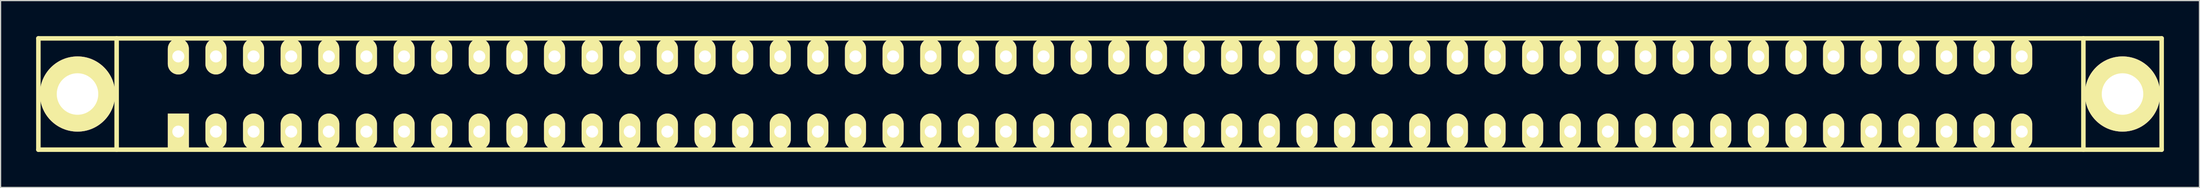
<source format=kicad_pcb>
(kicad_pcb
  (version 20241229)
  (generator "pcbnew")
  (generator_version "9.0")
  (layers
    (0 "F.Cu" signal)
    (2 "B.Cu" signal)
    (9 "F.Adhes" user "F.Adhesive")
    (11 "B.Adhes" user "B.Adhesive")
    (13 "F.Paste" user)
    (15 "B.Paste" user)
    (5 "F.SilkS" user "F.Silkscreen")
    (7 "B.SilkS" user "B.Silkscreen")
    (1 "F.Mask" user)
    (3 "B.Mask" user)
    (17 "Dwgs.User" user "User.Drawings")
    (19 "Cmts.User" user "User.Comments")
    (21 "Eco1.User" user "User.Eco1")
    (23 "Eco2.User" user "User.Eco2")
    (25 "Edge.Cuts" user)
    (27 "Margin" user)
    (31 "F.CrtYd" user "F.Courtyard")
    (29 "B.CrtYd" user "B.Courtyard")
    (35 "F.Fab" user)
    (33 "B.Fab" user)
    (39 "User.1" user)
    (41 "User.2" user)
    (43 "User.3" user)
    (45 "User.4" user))
  (footprint "S100_FEMALE"
    (layer "F.Cu")
    (at 89.667 4.884)
    (property "Reference" "S100_FEMALE" (at 0.127 -4.699 0) (layer "F.SilkS") (effects (font (size 0.127 0.127) (thickness 0.025))))
    (attr through_hole)
    (fp_line (start -89.477 4.704) (end -89.477 -4.694) (stroke (width 0.381) (type solid)) (layer "F.SilkS"))
    (fp_line (start -89.477 4.704) (end 89.72 4.704) (stroke (width 0.381) (type solid)) (layer "F.SilkS"))
    (fp_line (start -82.873 -4.694) (end -82.873 4.704) (stroke (width 0.381) (type solid)) (layer "F.SilkS"))
    (fp_line (start 83.116 -4.694) (end 83.116 4.704) (stroke (width 0.381) (type solid)) (layer "F.SilkS"))
    (fp_line (start 89.72 -4.694) (end -89.477 -4.694) (stroke (width 0.381) (type solid)) (layer "F.SilkS"))
    (fp_line (start 89.72 4.704) (end 89.72 -4.694) (stroke (width 0.381) (type solid)) (layer "F.SilkS"))
    (pad "1" thru_hole rect (at -77.666 3.18) (size 1.778 3.048) (drill 1.016) (layers "*.Cu" "*.Mask" "F.SilkS"))
    (pad "2" thru_hole oval (at -74.491 3.18) (size 1.778 3.048) (drill 1.016) (layers "*.Cu" "*.Mask" "F.SilkS"))
    (pad "3" thru_hole oval (at -71.316 3.18) (size 1.778 3.048) (drill 1.016) (layers "*.Cu" "*.Mask" "F.SilkS"))
    (pad "4" thru_hole oval (at -68.141 3.18) (size 1.778 3.048) (drill 1.016) (layers "*.Cu" "*.Mask" "F.SilkS"))
    (pad "5" thru_hole oval (at -64.966 3.18) (size 1.778 3.048) (drill 1.016) (layers "*.Cu" "*.Mask" "F.SilkS"))
    (pad "6" thru_hole oval (at -61.791 3.18) (size 1.778 3.048) (drill 1.016) (layers "*.Cu" "*.Mask" "F.SilkS"))
    (pad "7" thru_hole oval (at -58.616 3.18) (size 1.778 3.048) (drill 1.016) (layers "*.Cu" "*.Mask" "F.SilkS"))
    (pad "8" thru_hole oval (at -55.441 3.18) (size 1.778 3.048) (drill 1.016) (layers "*.Cu" "*.Mask" "F.SilkS"))
    (pad "9" thru_hole oval (at -52.266 3.18) (size 1.778 3.048) (drill 1.016) (layers "*.Cu" "*.Mask" "F.SilkS"))
    (pad "10" thru_hole oval (at -49.091 3.18) (size 1.778 3.048) (drill 1.016) (layers "*.Cu" "*.Mask" "F.SilkS"))
    (pad "11" thru_hole oval (at -45.916 3.18) (size 1.778 3.048) (drill 1.016) (layers "*.Cu" "*.Mask" "F.SilkS"))
    (pad "12" thru_hole oval (at -42.741 3.18) (size 1.778 3.048) (drill 1.016) (layers "*.Cu" "*.Mask" "F.SilkS"))
    (pad "13" thru_hole oval (at -39.566 3.18) (size 1.778 3.048) (drill 1.016) (layers "*.Cu" "*.Mask" "F.SilkS"))
    (pad "14" thru_hole oval (at -36.391 3.18) (size 1.778 3.048) (drill 1.016) (layers "*.Cu" "*.Mask" "F.SilkS"))
    (pad "15" thru_hole oval (at -33.216 3.18) (size 1.778 3.048) (drill 1.016) (layers "*.Cu" "*.Mask" "F.SilkS"))
    (pad "16" thru_hole oval (at -30.041 3.18) (size 1.778 3.048) (drill 1.016) (layers "*.Cu" "*.Mask" "F.SilkS"))
    (pad "17" thru_hole oval (at -26.866 3.18) (size 1.778 3.048) (drill 1.016) (layers "*.Cu" "*.Mask" "F.SilkS"))
    (pad "18" thru_hole oval (at -23.691 3.18) (size 1.778 3.048) (drill 1.016) (layers "*.Cu" "*.Mask" "F.SilkS"))
    (pad "19" thru_hole oval (at -20.516 3.18) (size 1.778 3.048) (drill 1.016) (layers "*.Cu" "*.Mask" "F.SilkS"))
    (pad "20" thru_hole oval (at -17.341 3.18) (size 1.778 3.048) (drill 1.016) (layers "*.Cu" "*.Mask" "F.SilkS"))
    (pad "21" thru_hole oval (at -14.166 3.18) (size 1.778 3.048) (drill 1.016) (layers "*.Cu" "*.Mask" "F.SilkS"))
    (pad "22" thru_hole oval (at -10.991 3.18) (size 1.778 3.048) (drill 1.016) (layers "*.Cu" "*.Mask" "F.SilkS"))
    (pad "23" thru_hole oval (at -7.816 3.18) (size 1.778 3.048) (drill 1.016) (layers "*.Cu" "*.Mask" "F.SilkS"))
    (pad "24" thru_hole oval (at -4.641 3.18) (size 1.778 3.048) (drill 1.016) (layers "*.Cu" "*.Mask" "F.SilkS"))
    (pad "25" thru_hole oval (at -1.466 3.18) (size 1.778 3.048) (drill 1.016) (layers "*.Cu" "*.Mask" "F.SilkS"))
    (pad "26" thru_hole oval (at 1.709 3.18) (size 1.778 3.048) (drill 1.016) (layers "*.Cu" "*.Mask" "F.SilkS"))
    (pad "27" thru_hole oval (at 4.884 3.18) (size 1.778 3.048) (drill 1.016) (layers "*.Cu" "*.Mask" "F.SilkS"))
    (pad "28" thru_hole oval (at 8.059 3.18) (size 1.778 3.048) (drill 1.016) (layers "*.Cu" "*.Mask" "F.SilkS"))
    (pad "29" thru_hole oval (at 11.234 3.18) (size 1.778 3.048) (drill 1.016) (layers "*.Cu" "*.Mask" "F.SilkS"))
    (pad "30" thru_hole oval (at 14.409 3.18) (size 1.778 3.048) (drill 1.016) (layers "*.Cu" "*.Mask" "F.SilkS"))
    (pad "31" thru_hole oval (at 17.584 3.18) (size 1.778 3.048) (drill 1.016) (layers "*.Cu" "*.Mask" "F.SilkS"))
    (pad "32" thru_hole oval (at 20.759 3.18) (size 1.778 3.048) (drill 1.016) (layers "*.Cu" "*.Mask" "F.SilkS"))
    (pad "33" thru_hole oval (at 23.934 3.18) (size 1.778 3.048) (drill 1.016) (layers "*.Cu" "*.Mask" "F.SilkS"))
    (pad "34" thru_hole oval (at 27.109 3.18) (size 1.778 3.048) (drill 1.016) (layers "*.Cu" "*.Mask" "F.SilkS"))
    (pad "35" thru_hole oval (at 30.284 3.18) (size 1.778 3.048) (drill 1.016) (layers "*.Cu" "*.Mask" "F.SilkS"))
    (pad "36" thru_hole oval (at 33.459 3.18) (size 1.778 3.048) (drill 1.016) (layers "*.Cu" "*.Mask" "F.SilkS"))
    (pad "37" thru_hole oval (at 36.634 3.18) (size 1.778 3.048) (drill 1.016) (layers "*.Cu" "*.Mask" "F.SilkS"))
    (pad "38" thru_hole oval (at 39.809 3.18) (size 1.778 3.048) (drill 1.016) (layers "*.Cu" "*.Mask" "F.SilkS"))
    (pad "39" thru_hole oval (at 42.984 3.18) (size 1.778 3.048) (drill 1.016) (layers "*.Cu" "*.Mask" "F.SilkS"))
    (pad "40" thru_hole oval (at 46.159 3.18) (size 1.778 3.048) (drill 1.016) (layers "*.Cu" "*.Mask" "F.SilkS"))
    (pad "41" thru_hole oval (at 49.334 3.18) (size 1.778 3.048) (drill 1.016) (layers "*.Cu" "*.Mask" "F.SilkS"))
    (pad "42" thru_hole oval (at 52.509 3.18) (size 1.778 3.048) (drill 1.016) (layers "*.Cu" "*.Mask" "F.SilkS"))
    (pad "43" thru_hole oval (at 55.684 3.18) (size 1.778 3.048) (drill 1.016) (layers "*.Cu" "*.Mask" "F.SilkS"))
    (pad "44" thru_hole oval (at 58.859 3.18) (size 1.778 3.048) (drill 1.016) (layers "*.Cu" "*.Mask" "F.SilkS"))
    (pad "45" thru_hole oval (at 62.034 3.18) (size 1.778 3.048) (drill 1.016) (layers "*.Cu" "*.Mask" "F.SilkS"))
    (pad "46" thru_hole oval (at 65.209 3.18) (size 1.778 3.048) (drill 1.016) (layers "*.Cu" "*.Mask" "F.SilkS"))
    (pad "47" thru_hole oval (at 68.384 3.18) (size 1.778 3.048) (drill 1.016) (layers "*.Cu" "*.Mask" "F.SilkS"))
    (pad "48" thru_hole oval (at 71.559 3.18) (size 1.778 3.048) (drill 1.016) (layers "*.Cu" "*.Mask" "F.SilkS"))
    (pad "49" thru_hole oval (at 74.734 3.18) (size 1.778 3.048) (drill 1.016) (layers "*.Cu" "*.Mask" "F.SilkS"))
    (pad "50" thru_hole oval (at 77.909 3.18) (size 1.778 3.048) (drill 1.016) (layers "*.Cu" "*.Mask" "F.SilkS"))
    (pad "51" thru_hole oval (at -77.666 -3.17) (size 1.778 3.048) (drill 1.016) (layers "*.Cu" "*.Mask" "F.SilkS"))
    (pad "52" thru_hole oval (at -74.491 -3.17) (size 1.778 3.048) (drill 1.016) (layers "*.Cu" "*.Mask" "F.SilkS"))
    (pad "53" thru_hole oval (at -71.316 -3.17) (size 1.778 3.048) (drill 1.016) (layers "*.Cu" "*.Mask" "F.SilkS"))
    (pad "54" thru_hole oval (at -68.141 -3.17) (size 1.778 3.048) (drill 1.016) (layers "*.Cu" "*.Mask" "F.SilkS"))
    (pad "55" thru_hole oval (at -64.966 -3.17) (size 1.778 3.048) (drill 1.016) (layers "*.Cu" "*.Mask" "F.SilkS"))
    (pad "56" thru_hole oval (at -61.791 -3.17) (size 1.778 3.048) (drill 1.016) (layers "*.Cu" "*.Mask" "F.SilkS"))
    (pad "57" thru_hole oval (at -58.616 -3.17) (size 1.778 3.048) (drill 1.016) (layers "*.Cu" "*.Mask" "F.SilkS"))
    (pad "58" thru_hole oval (at -55.441 -3.17) (size 1.778 3.048) (drill 1.016) (layers "*.Cu" "*.Mask" "F.SilkS"))
    (pad "59" thru_hole oval (at -52.266 -3.17) (size 1.778 3.048) (drill 1.016) (layers "*.Cu" "*.Mask" "F.SilkS"))
    (pad "60" thru_hole oval (at -49.091 -3.17) (size 1.778 3.048) (drill 1.016) (layers "*.Cu" "*.Mask" "F.SilkS"))
    (pad "61" thru_hole oval (at -45.916 -3.17) (size 1.778 3.048) (drill 1.016) (layers "*.Cu" "*.Mask" "F.SilkS"))
    (pad "62" thru_hole oval (at -42.741 -3.17) (size 1.778 3.048) (drill 1.016) (layers "*.Cu" "*.Mask" "F.SilkS"))
    (pad "63" thru_hole oval (at -39.566 -3.17) (size 1.778 3.048) (drill 1.016) (layers "*.Cu" "*.Mask" "F.SilkS"))
    (pad "64" thru_hole oval (at -36.391 -3.17) (size 1.778 3.048) (drill 1.016) (layers "*.Cu" "*.Mask" "F.SilkS"))
    (pad "65" thru_hole oval (at -33.216 -3.17) (size 1.778 3.048) (drill 1.016) (layers "*.Cu" "*.Mask" "F.SilkS"))
    (pad "66" thru_hole oval (at -30.041 -3.17) (size 1.778 3.048) (drill 1.016) (layers "*.Cu" "*.Mask" "F.SilkS"))
    (pad "67" thru_hole oval (at -26.866 -3.17) (size 1.778 3.048) (drill 1.016) (layers "*.Cu" "*.Mask" "F.SilkS"))
    (pad "68" thru_hole oval (at -23.691 -3.17) (size 1.778 3.048) (drill 1.016) (layers "*.Cu" "*.Mask" "F.SilkS"))
    (pad "69" thru_hole oval (at -20.516 -3.17) (size 1.778 3.048) (drill 1.016) (layers "*.Cu" "*.Mask" "F.SilkS"))
    (pad "70" thru_hole oval (at -17.341 -3.17) (size 1.778 3.048) (drill 1.016) (layers "*.Cu" "*.Mask" "F.SilkS"))
    (pad "71" thru_hole oval (at -14.166 -3.17) (size 1.778 3.048) (drill 1.016) (layers "*.Cu" "*.Mask" "F.SilkS"))
    (pad "72" thru_hole oval (at -10.991 -3.17) (size 1.778 3.048) (drill 1.016) (layers "*.Cu" "*.Mask" "F.SilkS"))
    (pad "73" thru_hole oval (at -7.816 -3.17) (size 1.778 3.048) (drill 1.016) (layers "*.Cu" "*.Mask" "F.SilkS"))
    (pad "74" thru_hole oval (at -4.641 -3.17) (size 1.778 3.048) (drill 1.016) (layers "*.Cu" "*.Mask" "F.SilkS"))
    (pad "75" thru_hole oval (at -1.466 -3.17) (size 1.778 3.048) (drill 1.016) (layers "*.Cu" "*.Mask" "F.SilkS"))
    (pad "76" thru_hole oval (at 1.709 -3.17) (size 1.778 3.048) (drill 1.016) (layers "*.Cu" "*.Mask" "F.SilkS"))
    (pad "77" thru_hole oval (at 4.884 -3.17) (size 1.778 3.048) (drill 1.016) (layers "*.Cu" "*.Mask" "F.SilkS"))
    (pad "78" thru_hole oval (at 8.059 -3.17) (size 1.778 3.048) (drill 1.016) (layers "*.Cu" "*.Mask" "F.SilkS"))
    (pad "79" thru_hole oval (at 11.234 -3.17) (size 1.778 3.048) (drill 1.016) (layers "*.Cu" "*.Mask" "F.SilkS"))
    (pad "80" thru_hole oval (at 14.409 -3.17) (size 1.778 3.048) (drill 1.016) (layers "*.Cu" "*.Mask" "F.SilkS"))
    (pad "81" thru_hole oval (at 17.584 -3.17) (size 1.778 3.048) (drill 1.016) (layers "*.Cu" "*.Mask" "F.SilkS"))
    (pad "82" thru_hole oval (at 20.759 -3.17) (size 1.778 3.048) (drill 1.016) (layers "*.Cu" "*.Mask" "F.SilkS"))
    (pad "83" thru_hole oval (at 23.934 -3.17) (size 1.778 3.048) (drill 1.016) (layers "*.Cu" "*.Mask" "F.SilkS"))
    (pad "84" thru_hole oval (at 27.109 -3.17) (size 1.778 3.048) (drill 1.016) (layers "*.Cu" "*.Mask" "F.SilkS"))
    (pad "85" thru_hole oval (at 30.284 -3.17) (size 1.778 3.048) (drill 1.016) (layers "*.Cu" "*.Mask" "F.SilkS"))
    (pad "86" thru_hole oval (at 33.459 -3.17) (size 1.778 3.048) (drill 1.016) (layers "*.Cu" "*.Mask" "F.SilkS"))
    (pad "87" thru_hole oval (at 36.634 -3.17) (size 1.778 3.048) (drill 1.016) (layers "*.Cu" "*.Mask" "F.SilkS"))
    (pad "88" thru_hole oval (at 39.809 -3.17) (size 1.778 3.048) (drill 1.016) (layers "*.Cu" "*.Mask" "F.SilkS"))
    (pad "89" thru_hole oval (at 42.984 -3.17) (size 1.778 3.048) (drill 1.016) (layers "*.Cu" "*.Mask" "F.SilkS"))
    (pad "90" thru_hole oval (at 46.159 -3.17) (size 1.778 3.048) (drill 1.016) (layers "*.Cu" "*.Mask" "F.SilkS"))
    (pad "91" thru_hole oval (at 49.334 -3.17) (size 1.778 3.048) (drill 1.016) (layers "*.Cu" "*.Mask" "F.SilkS"))
    (pad "92" thru_hole oval (at 52.509 -3.17) (size 1.778 3.048) (drill 1.016) (layers "*.Cu" "*.Mask" "F.SilkS"))
    (pad "93" thru_hole oval (at 55.684 -3.17) (size 1.778 3.048) (drill 1.016) (layers "*.Cu" "*.Mask" "F.SilkS"))
    (pad "94" thru_hole oval (at 58.859 -3.17) (size 1.778 3.048) (drill 1.016) (layers "*.Cu" "*.Mask" "F.SilkS"))
    (pad "95" thru_hole oval (at 62.034 -3.17) (size 1.778 3.048) (drill 1.016) (layers "*.Cu" "*.Mask" "F.SilkS"))
    (pad "96" thru_hole oval (at 65.209 -3.17) (size 1.778 3.048) (drill 1.016) (layers "*.Cu" "*.Mask" "F.SilkS"))
    (pad "97" thru_hole oval (at 68.384 -3.17) (size 1.778 3.048) (drill 1.016) (layers "*.Cu" "*.Mask" "F.SilkS"))
    (pad "98" thru_hole oval (at 71.559 -3.17) (size 1.778 3.048) (drill 1.016) (layers "*.Cu" "*.Mask" "F.SilkS"))
    (pad "99" thru_hole oval (at 74.734 -3.17) (size 1.778 3.048) (drill 1.016) (layers "*.Cu" "*.Mask" "F.SilkS"))
    (pad "100" thru_hole oval (at 77.909 -3.17) (size 1.778 3.048) (drill 1.016) (layers "*.Cu" "*.Mask" "F.SilkS"))
    (pad "101" thru_hole circle (at -86.175 0.005) (size 6.35 6.35) (drill 3.505) (layers "*.Cu" "*.Mask" "F.SilkS"))
    (pad "102" thru_hole circle (at 86.418 0.005) (size 6.35 6.35) (drill 3.505) (layers "*.Cu" "*.Mask" "F.SilkS")))
  (gr_rect
    (start -3 -3)
    (end 182.578 12.779)
    (stroke (width 0.1) (type default))
    (fill no)
    (layer "Edge.Cuts")))
</source>
